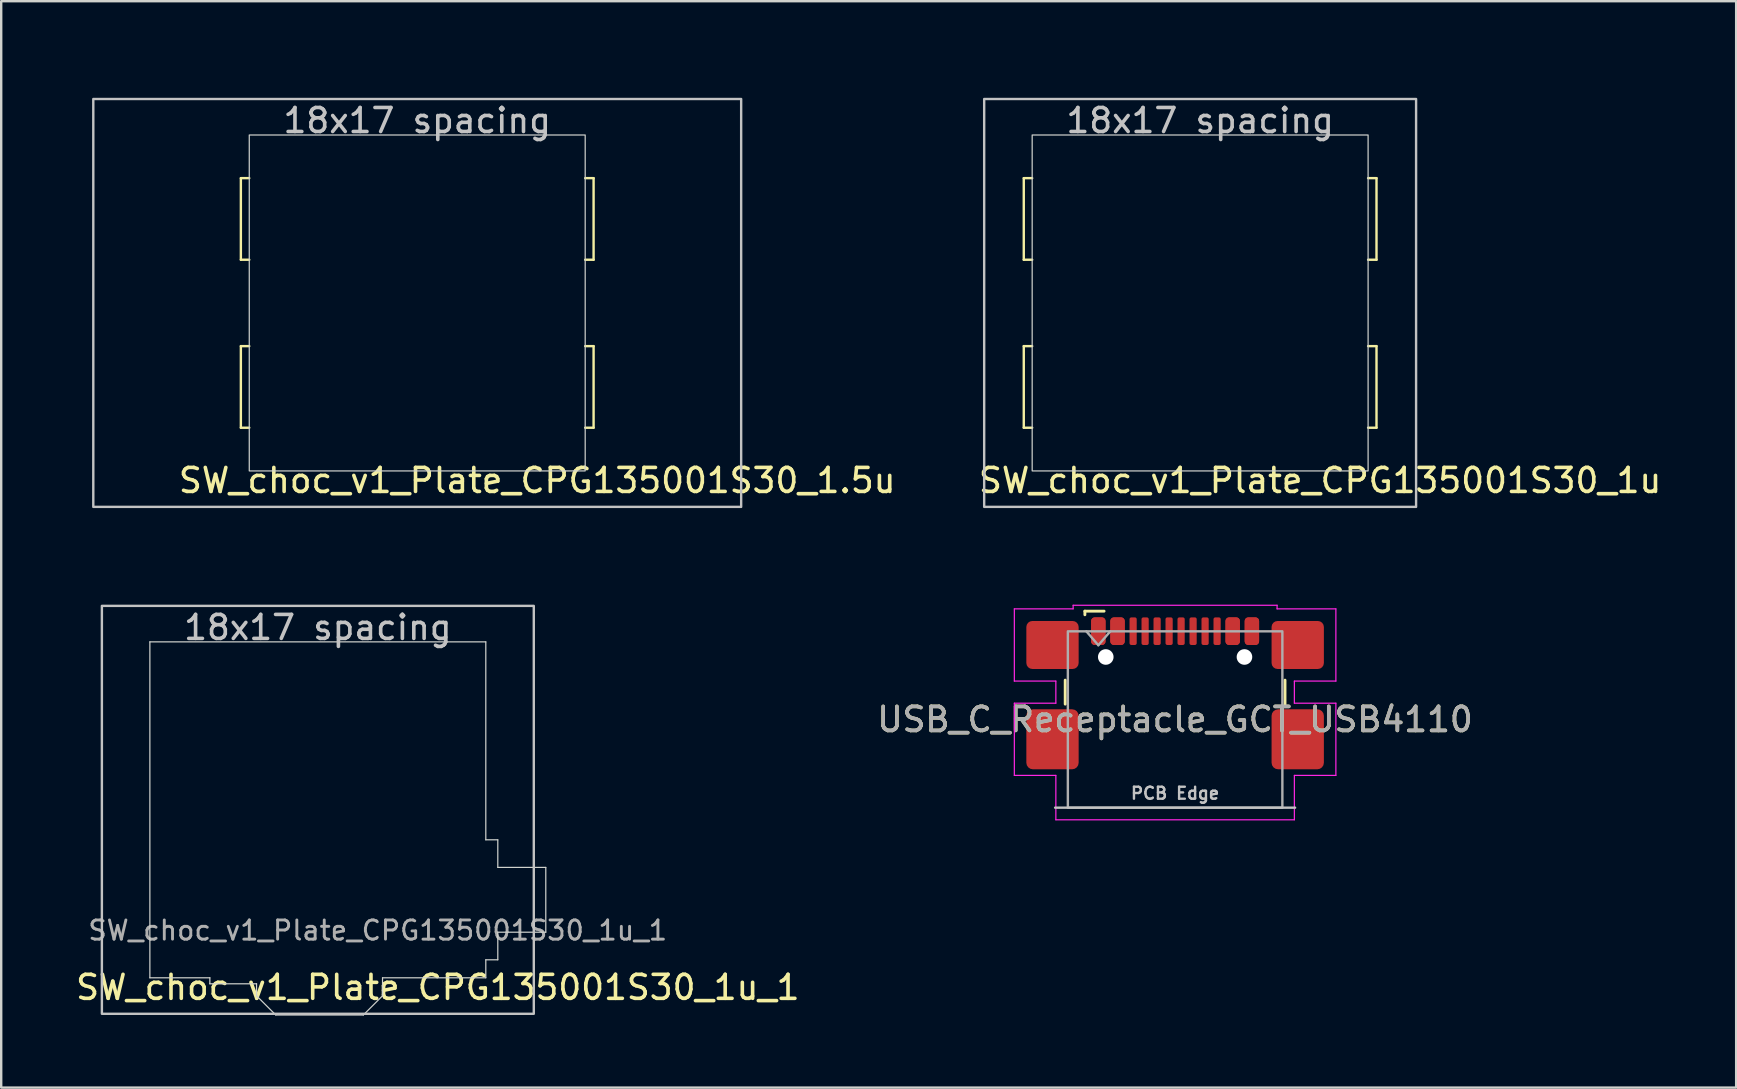
<source format=kicad_pcb>
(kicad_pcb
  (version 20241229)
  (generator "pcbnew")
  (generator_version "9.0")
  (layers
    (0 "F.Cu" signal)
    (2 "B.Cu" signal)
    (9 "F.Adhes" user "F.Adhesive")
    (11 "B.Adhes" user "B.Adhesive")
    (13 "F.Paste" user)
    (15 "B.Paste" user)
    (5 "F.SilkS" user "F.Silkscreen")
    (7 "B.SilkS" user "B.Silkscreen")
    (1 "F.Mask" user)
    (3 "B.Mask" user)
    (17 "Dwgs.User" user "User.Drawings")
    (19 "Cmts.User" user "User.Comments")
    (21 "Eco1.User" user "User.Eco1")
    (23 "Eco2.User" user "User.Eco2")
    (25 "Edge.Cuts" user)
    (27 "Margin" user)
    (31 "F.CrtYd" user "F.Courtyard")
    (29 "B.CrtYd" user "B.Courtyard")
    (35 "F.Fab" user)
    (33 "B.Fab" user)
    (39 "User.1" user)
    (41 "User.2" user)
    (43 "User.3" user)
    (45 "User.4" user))
  (footprint "SW_choc_v1_Plate_CPG135001S30_1u"
    (layer "F.Cu")
    (at 46.966 9.575)
    (property "Reference" "SW_choc_v1_Plate_CPG135001S30_1u" (at 5 7.4 180) (layer "F.SilkS") (effects (font (size 1 1) (thickness 0.15))))
    (attr smd)
    (fp_line (start -7.35 -5.2) (end -7.35 -1.8) (stroke (width 0.1) (type default)) (layer "F.SilkS"))
    (fp_line (start -7.35 -1.8) (end -7 -1.8) (stroke (width 0.1) (type default)) (layer "F.SilkS"))
    (fp_line (start -7.35 1.8) (end -7.35 5.2) (stroke (width 0.1) (type default)) (layer "F.SilkS"))
    (fp_line (start -7.35 5.2) (end -7 5.2) (stroke (width 0.1) (type default)) (layer "F.SilkS"))
    (fp_line (start -7 -5.2) (end -7.35 -5.2) (stroke (width 0.1) (type default)) (layer "F.SilkS"))
    (fp_line (start -7 1.8) (end -7.35 1.8) (stroke (width 0.1) (type default)) (layer "F.SilkS"))
    (fp_line (start 7 -5.2) (end 7.35 -5.2) (stroke (width 0.1) (type default)) (layer "F.SilkS"))
    (fp_line (start 7 1.8) (end 7.35 1.8) (stroke (width 0.1) (type default)) (layer "F.SilkS"))
    (fp_line (start 7.35 -5.2) (end 7.35 -1.8) (stroke (width 0.1) (type default)) (layer "F.SilkS"))
    (fp_line (start 7.35 -1.8) (end 7 -1.8) (stroke (width 0.1) (type default)) (layer "F.SilkS"))
    (fp_line (start 7.35 1.8) (end 7.35 5.2) (stroke (width 0.1) (type default)) (layer "F.SilkS"))
    (fp_line (start 7.35 5.2) (end 7 5.2) (stroke (width 0.1) (type default)) (layer "F.SilkS"))
    (fp_rect (start -9 -8.5) (end 9 8.5) (stroke (width 0.1) (type default)) (fill no) (layer "Dwgs.User"))
    (fp_rect (start -9.525 -9.525) (end 9.525 9.525) (stroke (width 0.1) (type default)) (fill no) (layer "Eco1.User"))
    (fp_rect (start -7 -7) (end 7 7) (stroke (width 0.05) (type default)) (fill no) (layer "Edge.Cuts"))
    (fp_text user "18x17 spacing" (at 0 -7.6 180) (layer "Dwgs.User") (effects (font (size 1 1) (thickness 0.15))))
    (fp_text user "19.05 spacing" (at 0 -8.7 180) (layer "Eco1.User") (effects (font (size 1 1) (thickness 0.15)))))
  (footprint "SW_choc_v1_Plate_CPG135001S30_1u_1"
    (layer "F.Cu")
    (at 10.196 30.7)
    (property "Reference" "SW_choc_v1_Plate_CPG135001S30_1u_1" (at 5 7.4 180) (layer "F.SilkS") (effects (font (size 1 1) (thickness 0.15))))
    (attr smd)
    (fp_rect (start -9 -8.5) (end 9 8.5) (stroke (width 0.1) (type default)) (fill no) (layer "Dwgs.User"))
    (fp_line (start -7 -7) (end 7 -7) (stroke (width 0.05) (type default)) (layer "Edge.Cuts"))
    (fp_line (start -7 7) (end -7 -7) (stroke (width 0.05) (type default)) (layer "Edge.Cuts"))
    (fp_line (start -4.5 7) (end -7 7) (stroke (width 0.05) (type default)) (layer "Edge.Cuts"))
    (fp_line (start -4.5 7.25) (end -4.5 7) (stroke (width 0.05) (type solid)) (layer "Edge.Cuts"))
    (fp_line (start -2.554 7.25) (end -4.5 7.25) (stroke (width 0.05) (type solid)) (layer "Edge.Cuts"))
    (fp_line (start -2.554 7.75) (end -2.554 7.25) (stroke (width 0.05) (type solid)) (layer "Edge.Cuts"))
    (fp_line (start -2.554 7.75) (end -1.754 8.55) (stroke (width 0.05) (type solid)) (layer "Edge.Cuts"))
    (fp_line (start -1.754 8.55) (end 1.896 8.55) (stroke (width 0.05) (type solid)) (layer "Edge.Cuts"))
    (fp_line (start 2.696 7.75) (end 1.896 8.55) (stroke (width 0.05) (type solid)) (layer "Edge.Cuts"))
    (fp_line (start 2.696 7.75) (end 2.696 7) (stroke (width 0.05) (type solid)) (layer "Edge.Cuts"))
    (fp_line (start 7 -7) (end 7 1.25) (stroke (width 0.05) (type default)) (layer "Edge.Cuts"))
    (fp_line (start 7 7) (end 2.696 7) (stroke (width 0.05) (type default)) (layer "Edge.Cuts"))
    (fp_line (start 7 7) (end 7 6.25) (stroke (width 0.05) (type default)) (layer "Edge.Cuts"))
    (fp_line (start 7.5 1.25) (end 7 1.25) (stroke (width 0.05) (type solid)) (layer "Edge.Cuts"))
    (fp_line (start 7.5 2.4) (end 7.5 1.25) (stroke (width 0.05) (type solid)) (layer "Edge.Cuts"))
    (fp_line (start 7.5 5.1) (end 7.5 6.25) (stroke (width 0.05) (type solid)) (layer "Edge.Cuts"))
    (fp_line (start 7.5 5.1) (end 9.5 5.1) (stroke (width 0.05) (type default)) (layer "Edge.Cuts"))
    (fp_line (start 7.5 6.25) (end 7 6.25) (stroke (width 0.05) (type solid)) (layer "Edge.Cuts"))
    (fp_line (start 9.5 2.4) (end 7.5 2.4) (stroke (width 0.05) (type default)) (layer "Edge.Cuts"))
    (fp_line (start 9.5 5.1) (end 9.5 2.4) (stroke (width 0.05) (type default)) (layer "Edge.Cuts"))
    (fp_text user "18x17 spacing" (at 0 -7.6 180) (layer "Dwgs.User") (effects (font (size 1 1) (thickness 0.15))))
    (fp_text user "${REFERENCE}" (at 2.496 5.025 0) (layer "F.Fab") (effects (font (size 0.8 0.8) (thickness 0.12)))))
  (footprint "SW_choc_v1_Plate_CPG135001S30_1.5u"
    (layer "F.Cu")
    (at 14.338 9.575)
    (property "Reference" "SW_choc_v1_Plate_CPG135001S30_1.5u" (at 5 7.4 180) (layer "F.SilkS") (effects (font (size 1 1) (thickness 0.15))))
    (attr smd)
    (fp_line (start -7.35 -5.2) (end -7.35 -1.8) (stroke (width 0.1) (type default)) (layer "F.SilkS"))
    (fp_line (start -7.35 -1.8) (end -7 -1.8) (stroke (width 0.1) (type default)) (layer "F.SilkS"))
    (fp_line (start -7.35 1.8) (end -7.35 5.2) (stroke (width 0.1) (type default)) (layer "F.SilkS"))
    (fp_line (start -7.35 5.2) (end -7 5.2) (stroke (width 0.1) (type default)) (layer "F.SilkS"))
    (fp_line (start -7 -5.2) (end -7.35 -5.2) (stroke (width 0.1) (type default)) (layer "F.SilkS"))
    (fp_line (start -7 1.8) (end -7.35 1.8) (stroke (width 0.1) (type default)) (layer "F.SilkS"))
    (fp_line (start 7 -5.2) (end 7.35 -5.2) (stroke (width 0.1) (type default)) (layer "F.SilkS"))
    (fp_line (start 7 1.8) (end 7.35 1.8) (stroke (width 0.1) (type default)) (layer "F.SilkS"))
    (fp_line (start 7.35 -5.2) (end 7.35 -1.8) (stroke (width 0.1) (type default)) (layer "F.SilkS"))
    (fp_line (start 7.35 -1.8) (end 7 -1.8) (stroke (width 0.1) (type default)) (layer "F.SilkS"))
    (fp_line (start 7.35 1.8) (end 7.35 5.2) (stroke (width 0.1) (type default)) (layer "F.SilkS"))
    (fp_line (start 7.35 5.2) (end 7 5.2) (stroke (width 0.1) (type default)) (layer "F.SilkS"))
    (fp_rect (start -13.5 -8.5) (end 13.5 8.5) (stroke (width 0.1) (type default)) (fill no) (layer "Dwgs.User"))
    (fp_rect (start -14.287 -9.525) (end 14.287 9.525) (stroke (width 0.1) (type default)) (fill no) (layer "Eco1.User"))
    (fp_rect (start -7 -7) (end 7 7) (stroke (width 0.05) (type default)) (fill no) (layer "Edge.Cuts"))
    (fp_text user "18x17 spacing" (at 0 -7.6 180) (layer "Dwgs.User") (effects (font (size 1 1) (thickness 0.15))))
    (fp_text user "19.05 spacing" (at 0 -8.7 180) (layer "Eco1.User") (effects (font (size 1 1) (thickness 0.15)))))
  (footprint "USB_C_Receptacle_GCT_USB4110"
    (layer "F.Cu")
    (at 45.923 26.935)
    (property "Reference" "USB_C_Receptacle_GCT_USB4110" (at 0 0 0) (unlocked yes) (layer "F.SilkS") (effects (font (size 1 1) (thickness 0.15))))
    (attr smd)
    (fp_line (start -4.58 -0.64) (end -4.58 -1.64) (stroke (width 0.12) (type solid)) (layer "F.SilkS"))
    (fp_line (start -3.76 -4.515) (end -3.76 -4.365) (stroke (width 0.12) (type default)) (layer "F.SilkS"))
    (fp_line (start -2.96 -4.515) (end -3.76 -4.515) (stroke (width 0.12) (type default)) (layer "F.SilkS"))
    (fp_line (start 4.58 -0.64) (end 4.58 -1.64) (stroke (width 0.12) (type solid)) (layer "F.SilkS"))
    (fp_line (start -5 3.675) (end 5 3.675) (stroke (width 0.1) (type default)) (layer "Dwgs.User"))
    (fp_line (start -6.7 -4.61) (end -4.25 -4.61) (stroke (width 0.05) (type default)) (layer "F.CrtYd"))
    (fp_line (start -6.7 -1.6) (end -6.7 -4.61) (stroke (width 0.05) (type default)) (layer "F.CrtYd"))
    (fp_line (start -6.7 -0.68) (end -4.97 -0.68) (stroke (width 0.05) (type default)) (layer "F.CrtYd"))
    (fp_line (start -6.7 2.33) (end -6.7 -0.68) (stroke (width 0.05) (type default)) (layer "F.CrtYd"))
    (fp_line (start -4.97 -1.6) (end -6.7 -1.6) (stroke (width 0.05) (type default)) (layer "F.CrtYd"))
    (fp_line (start -4.97 -0.68) (end -4.97 -1.6) (stroke (width 0.05) (type default)) (layer "F.CrtYd"))
    (fp_line (start -4.97 2.33) (end -6.7 2.33) (stroke (width 0.05) (type default)) (layer "F.CrtYd"))
    (fp_line (start -4.97 4.18) (end -4.97 2.33) (stroke (width 0.05) (type default)) (layer "F.CrtYd"))
    (fp_line (start -4.25 -4.76) (end 4.25 -4.76) (stroke (width 0.05) (type default)) (layer "F.CrtYd"))
    (fp_line (start -4.25 -4.61) (end -4.25 -4.76) (stroke (width 0.05) (type default)) (layer "F.CrtYd"))
    (fp_line (start 4.25 -4.76) (end 4.25 -4.61) (stroke (width 0.05) (type default)) (layer "F.CrtYd"))
    (fp_line (start 4.25 -4.61) (end 6.7 -4.61) (stroke (width 0.05) (type default)) (layer "F.CrtYd"))
    (fp_line (start 4.97 -1.6) (end 4.97 -0.68) (stroke (width 0.05) (type default)) (layer "F.CrtYd"))
    (fp_line (start 4.97 -0.68) (end 6.7 -0.68) (stroke (width 0.05) (type default)) (layer "F.CrtYd"))
    (fp_line (start 4.97 2.33) (end 4.97 4.18) (stroke (width 0.05) (type default)) (layer "F.CrtYd"))
    (fp_line (start 4.97 4.18) (end -4.97 4.18) (stroke (width 0.05) (type default)) (layer "F.CrtYd"))
    (fp_line (start 6.7 -4.61) (end 6.7 -1.6) (stroke (width 0.05) (type default)) (layer "F.CrtYd"))
    (fp_line (start 6.7 -1.6) (end 4.97 -1.6) (stroke (width 0.05) (type default)) (layer "F.CrtYd"))
    (fp_line (start 6.7 -0.68) (end 6.7 2.33) (stroke (width 0.05) (type default)) (layer "F.CrtYd"))
    (fp_line (start 6.7 2.33) (end 4.97 2.33) (stroke (width 0.05) (type default)) (layer "F.CrtYd"))
    (fp_line (start -3.7 -3.675) (end -3.2 -3.095) (stroke (width 0.1) (type default)) (layer "F.Fab"))
    (fp_line (start -3.2 -3.095) (end -2.7 -3.675) (stroke (width 0.1) (type default)) (layer "F.Fab"))
    (fp_rect (start -4.47 -3.675) (end 4.47 3.675) (stroke (width 0.1) (type default)) (fill no) (layer "F.Fab"))
    (fp_text user "PCB Edge" (at 0 3.075 0) (unlocked yes) (layer "Dwgs.User") (effects (font (size 0.5 0.5) (thickness 0.1) (bold yes))))
    (fp_text user "${REFERENCE}" (at 0 0 0) (unlocked yes) (layer "F.Fab") (effects (font (size 1 1) (thickness 0.15))))
    (pad "" np_thru_hole circle (at -2.89 -2.605) (size 0.65 0.65) (drill 0.65) (layers "*.Cu" "*.Mask"))
    (pad "" np_thru_hole circle (at 2.89 -2.605) (size 0.65 0.65) (drill 0.65) (layers "*.Cu" "*.Mask"))
    (pad "A1" smd roundrect (at -3.2 -3.68) (size 0.6 1.15) (layers "F.Cu" "F.Mask" "F.Paste") (roundrect_rratio 0.25))
    (pad "A4" smd roundrect (at -2.4 -3.68) (size 0.6 1.15) (layers "F.Cu" "F.Mask" "F.Paste") (roundrect_rratio 0.25))
    (pad "A5" smd roundrect (at -1.25 -3.68) (size 0.3 1.15) (layers "F.Cu" "F.Mask" "F.Paste") (roundrect_rratio 0.25))
    (pad "A6" smd roundrect (at -0.25 -3.68) (size 0.3 1.15) (layers "F.Cu" "F.Mask" "F.Paste") (roundrect_rratio 0.25))
    (pad "A7" smd roundrect (at 0.25 -3.68) (size 0.3 1.15) (layers "F.Cu" "F.Mask" "F.Paste") (roundrect_rratio 0.25))
    (pad "A8" smd roundrect (at 1.25 -3.68) (size 0.3 1.15) (layers "F.Cu" "F.Mask" "F.Paste") (roundrect_rratio 0.25))
    (pad "A9" smd roundrect (at 2.4 -3.68) (size 0.6 1.15) (layers "F.Cu" "F.Mask" "F.Paste") (roundrect_rratio 0.25))
    (pad "A12" smd roundrect (at 3.2 -3.68) (size 0.6 1.15) (layers "F.Cu" "F.Mask" "F.Paste") (roundrect_rratio 0.25))
    (pad "B1" smd roundrect (at 3.2 -3.68) (size 0.6 1.15) (layers "F.Cu" "F.Mask" "F.Paste") (roundrect_rratio 0.25))
    (pad "B4" smd roundrect (at 2.4 -3.68) (size 0.6 1.15) (layers "F.Cu" "F.Mask" "F.Paste") (roundrect_rratio 0.25))
    (pad "B5" smd roundrect (at 1.75 -3.68) (size 0.3 1.15) (layers "F.Cu" "F.Mask" "F.Paste") (roundrect_rratio 0.25))
    (pad "B6" smd roundrect (at 0.75 -3.68) (size 0.3 1.15) (layers "F.Cu" "F.Mask" "F.Paste") (roundrect_rratio 0.25))
    (pad "B7" smd roundrect (at -0.75 -3.68) (size 0.3 1.15) (layers "F.Cu" "F.Mask" "F.Paste") (roundrect_rratio 0.25))
    (pad "B8" smd roundrect (at -1.75 -3.68) (size 0.3 1.15) (layers "F.Cu" "F.Mask" "F.Paste") (roundrect_rratio 0.25))
    (pad "B9" smd roundrect (at -2.4 -3.68) (size 0.6 1.15) (layers "F.Cu" "F.Mask" "F.Paste") (roundrect_rratio 0.25))
    (pad "B12" smd roundrect (at -3.2 -3.68) (size 0.6 1.15) (layers "F.Cu" "F.Mask" "F.Paste") (roundrect_rratio 0.25))
    (pad "S1" smd roundrect (at 5.11 -3.105) (size 2.18 2) (layers "F.Cu" "F.Mask" "F.Paste") (roundrect_rratio 0.125))
    (pad "S2" smd roundrect (at -5.11 -3.105) (size 2.18 2) (layers "F.Cu" "F.Mask" "F.Paste") (roundrect_rratio 0.125))
    (pad "S3" smd roundrect (at -5.11 0.825) (size 2.18 2.5) (layers "F.Cu" "F.Mask" "F.Paste") (roundrect_rratio 0.125))
    (pad "S4" smd roundrect (at 5.11 0.825) (size 2.18 2.5) (layers "F.Cu" "F.Mask" "F.Paste") (roundrect_rratio 0.125)))
  (gr_rect
    (start -3 -3)
    (end 69.305 42.275)
    (stroke (width 0.1) (type default))
    (fill no)
    (layer "Edge.Cuts")))
</source>
